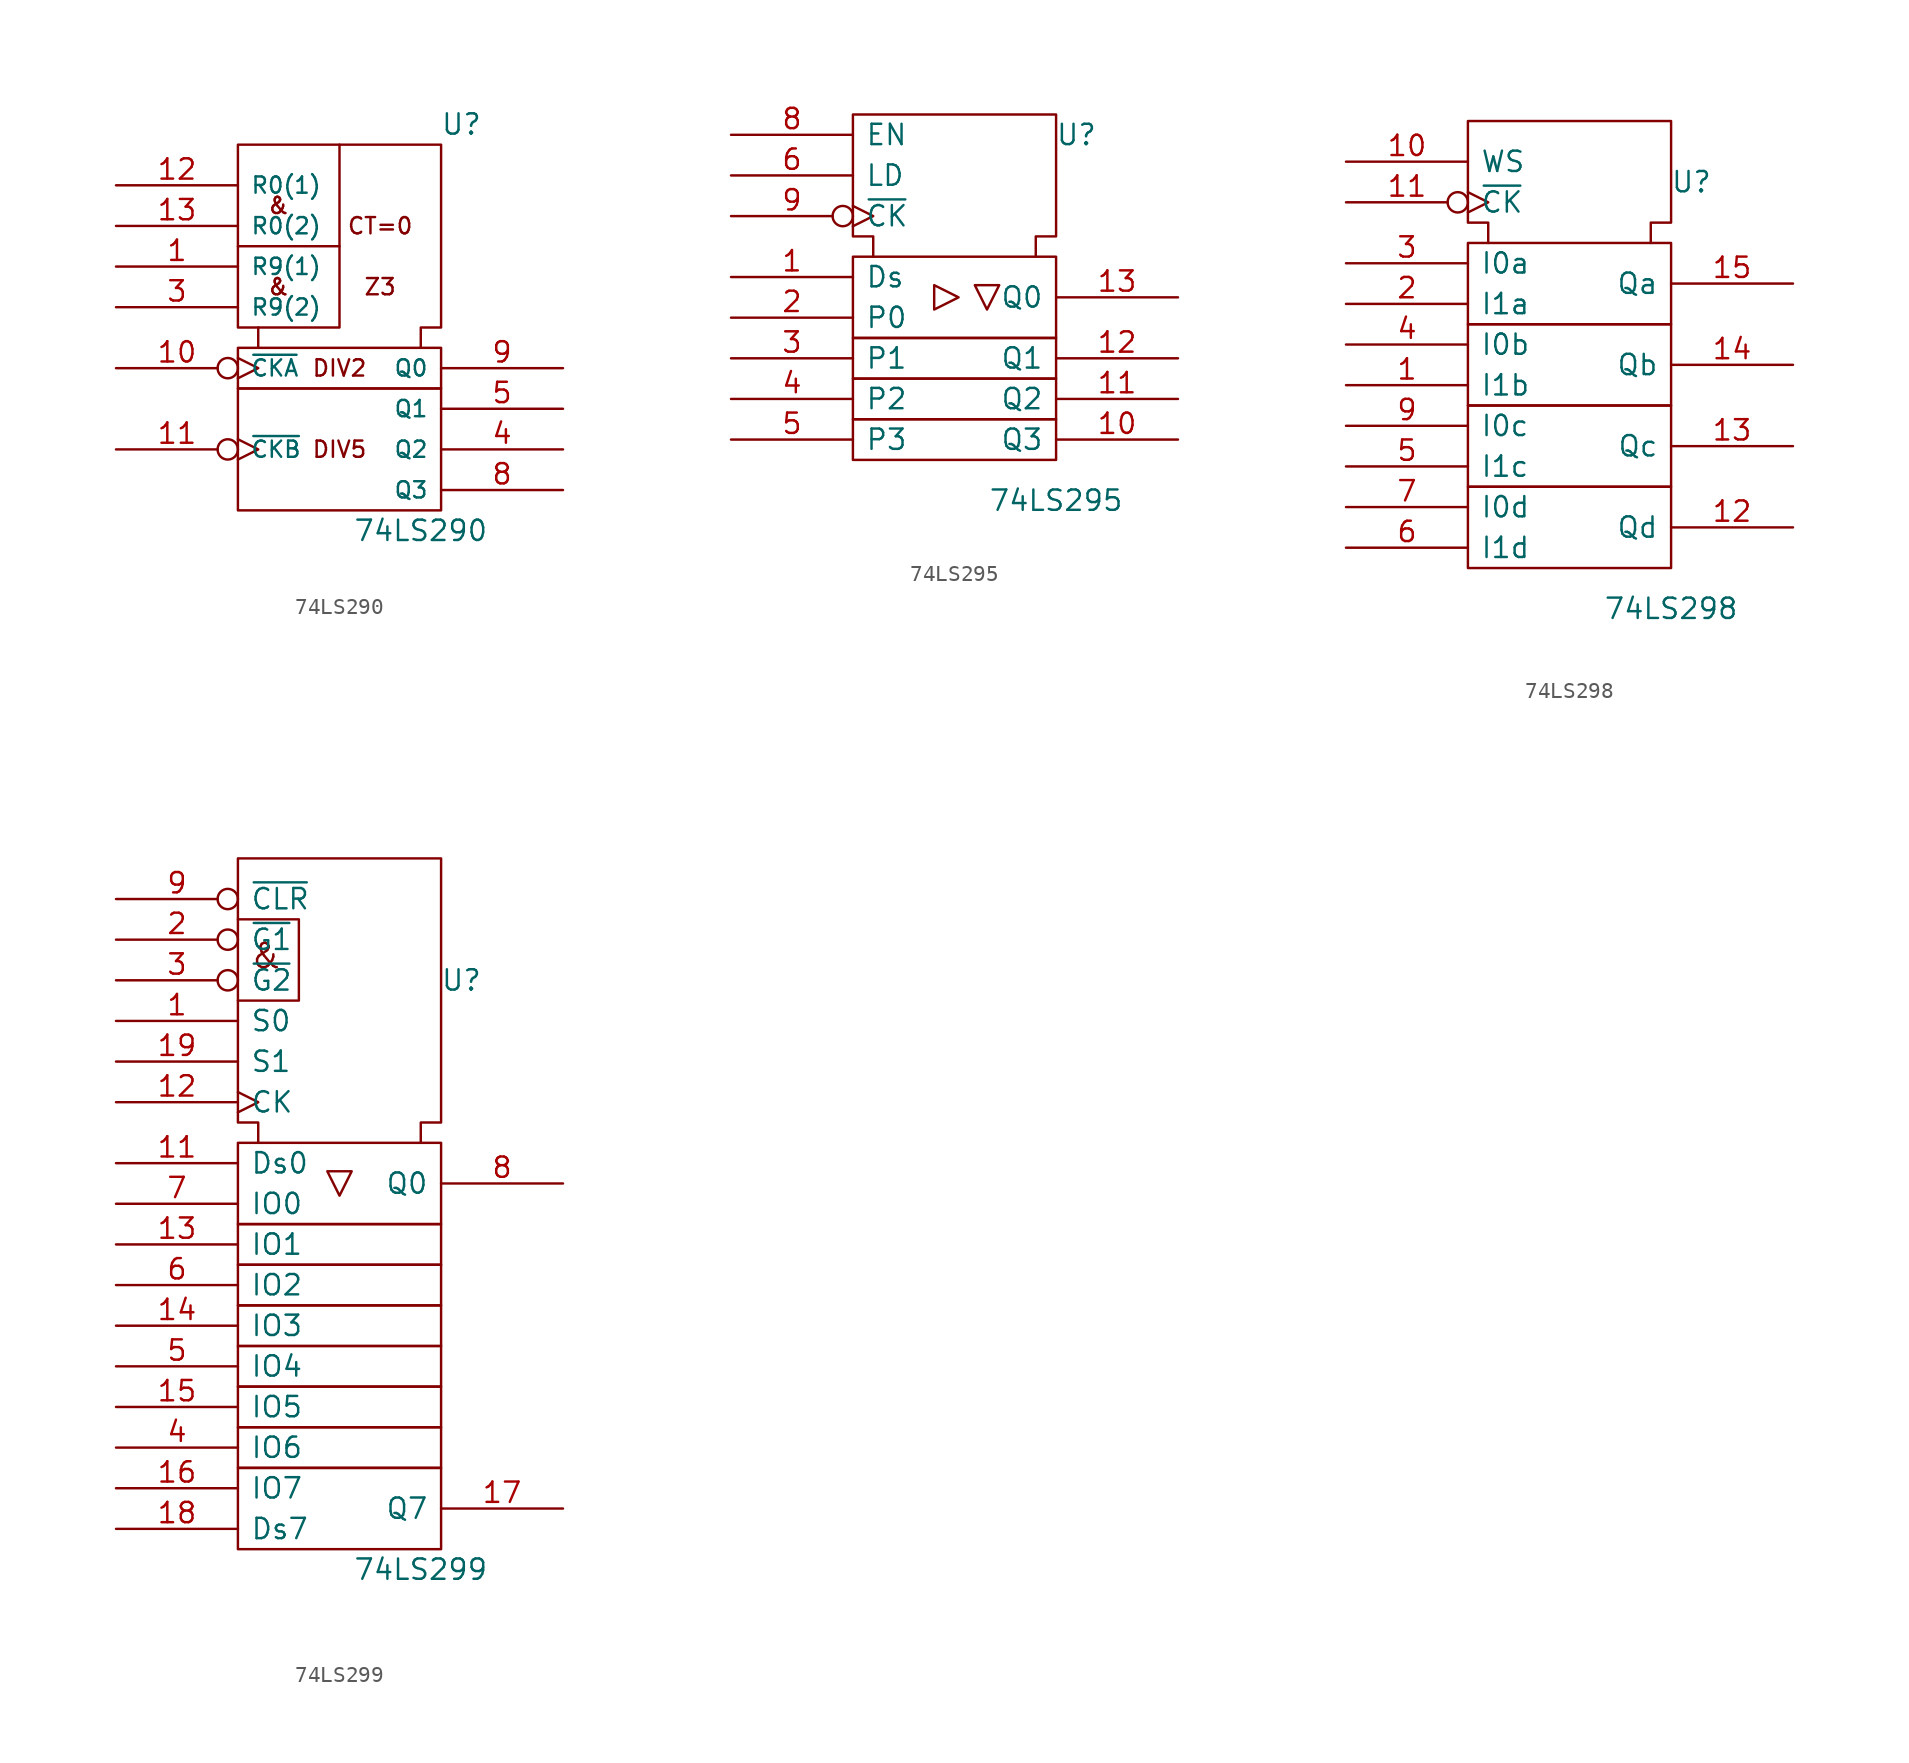
<source format=kicad_sym>
(kicad_symbol_lib
  (version 20201005)
  (generator kicad_symbol_editor)
  (symbol "74LS290"
    (pin_names
      (offset 0.762))
    (property "Reference" "U"
      (at 7.62 12.7 0)
      (effects (font (size 1.27 1.27))))
    (property "Value" "74LS290"
      (at 5.08 -12.7 0)
      (effects (font (size 1.27 1.27))))
    (symbol "74LS290_0_0"
      (text "&" (at -3.81 2.54 0) (effects (font (size 1.016 1.016))))
      (text "&" (at -3.81 7.62 0) (effects (font (size 1.016 1.016))))
      (text "CT=0" (at 2.54 6.35 0) (effects (font (size 1.016 1.016))))
      (text "DIV2" (at 0 -2.54 0) (effects (font (size 1.016 1.016))))
      (text "DIV5" (at 0 -7.62 0) (effects (font (size 1.016 1.016))))
      (text "Z3" (at 2.54 2.54 0) (effects (font (size 1.016 1.016))))
      (rectangle (start -6.35 -3.81) (end 6.35 -11.43) (stroke (width 0)) (fill (type none)))
      (rectangle (start -6.35 -1.27) (end 6.35 -3.81) (stroke (width 0)) (fill (type none)))
      (polyline (pts (xy 0 5.08) (xy -6.35 5.08) (xy -6.35 5.08)) (stroke (width 0)) (fill (type none)))
      (polyline (pts (xy 0 11.43) (xy 0 0) (xy -5.08 0) (xy -5.08 0)) (stroke (width 0)) (fill (type none)))
      (polyline (pts (xy -5.08 -1.27) (xy -5.08 0) (xy -6.35 0) (xy -6.35 11.43) (xy 6.35 11.43) (xy 6.35 0) (xy 5.08 0) (xy 5.08 -1.27) (xy 5.08 -1.27)) (stroke (width 0)) (fill (type none)))
      (pin power_in line (at 5.08 11.43 270) (length 0) hide (name "VCC" (effects (font (size 1.016 1.016)))) (number "16" (effects (font (size 1.27 1.27)))))
      (pin input line (at 1.27 11.43 270) (length 0) hide (name "GND" (effects (font (size 1.016 1.016)))) (number "8" (effects (font (size 1.27 1.27))))))
    (symbol "74LS290_1_1"
      (pin input line (at -13.97 3.81 0) (length 7.62) (name "R9(1)" (effects (font (size 1.016 1.016)))) (number "1" (effects (font (size 1.27 1.27)))))
      (pin input inverted_clock (at -13.97 -2.54 0) (length 7.62) (name "~CKA" (effects (font (size 1.016 1.016)))) (number "10" (effects (font (size 1.27 1.27)))))
      (pin input inverted_clock (at -13.97 -7.62 0) (length 7.62) (name "~CKB" (effects (font (size 1.016 1.016)))) (number "11" (effects (font (size 1.27 1.27)))))
      (pin input line (at -13.97 8.89 0) (length 7.62) (name "R0(1)" (effects (font (size 1.016 1.016)))) (number "12" (effects (font (size 1.27 1.27)))))
      (pin input line (at -13.97 6.35 0) (length 7.62) (name "R0(2)" (effects (font (size 1.016 1.016)))) (number "13" (effects (font (size 1.27 1.27)))))
      (pin input line (at -13.97 1.27 0) (length 7.62) (name "R9(2)" (effects (font (size 1.016 1.016)))) (number "3" (effects (font (size 1.27 1.27)))))
      (pin output line (at 13.97 -7.62 180) (length 7.62) (name "Q2" (effects (font (size 1.016 1.016)))) (number "4" (effects (font (size 1.27 1.27)))))
      (pin output line (at 13.97 -5.08 180) (length 7.62) (name "Q1" (effects (font (size 1.016 1.016)))) (number "5" (effects (font (size 1.27 1.27)))))
      (pin output line (at 13.97 -10.16 180) (length 7.62) (name "Q3" (effects (font (size 1.016 1.016)))) (number "8" (effects (font (size 1.27 1.27)))))
      (pin output line (at 13.97 -2.54 180) (length 7.62) (name "Q0" (effects (font (size 1.016 1.016)))) (number "9" (effects (font (size 1.27 1.27)))))))
  (symbol "74LS295"
    (pin_names
      (offset 0.762))
    (property "Reference" "U"
      (at 7.62 8.89 0)
      (effects (font (size 1.27 1.27))))
    (property "Value" "74LS295"
      (at 6.35 -13.97 0)
      (effects (font (size 1.27 1.27))))
    (symbol "74LS295_0_0"
      (pin power_in line (at 3.81 10.16 270) (length 0) hide (name "VCC" (effects (font (size 1.27 1.27)))) (number "14" (effects (font (size 1.27 1.27)))))
      (pin power_in line (at 0 10.16 270) (length 0) hide (name "GND" (effects (font (size 1.27 1.27)))) (number "7" (effects (font (size 1.27 1.27))))))
    (symbol "74LS295_0_1"
      (rectangle (start -6.35 -8.89) (end 6.35 -11.43) (stroke (width 0)) (fill (type none)))
      (rectangle (start -6.35 -6.35) (end 6.35 -8.89) (stroke (width 0)) (fill (type none)))
      (rectangle (start -6.35 -3.81) (end 6.35 -6.35) (stroke (width 0)) (fill (type none)))
      (rectangle (start -6.35 1.27) (end 6.35 -3.81) (stroke (width 0)) (fill (type none)))
      (polyline (pts (xy -1.27 -0.508) (xy -1.27 -2.032) (xy 0.254 -1.27) (xy -1.27 -0.508) (xy -1.27 -0.508)) (stroke (width 0)) (fill (type none)))
      (polyline (pts (xy 2.794 -0.508) (xy 1.27 -0.508) (xy 2.032 -2.032) (xy 2.794 -0.508) (xy 2.794 -0.508)) (stroke (width 0)) (fill (type none)))
      (polyline (pts (xy -5.08 1.27) (xy -5.08 2.54) (xy -6.35 2.54) (xy -6.35 10.16) (xy 6.35 10.16) (xy 6.35 2.54) (xy 5.08 2.54) (xy 5.08 1.27) (xy 5.08 1.27)) (stroke (width 0)) (fill (type none))))
    (symbol "74LS295_1_1"
      (pin input line (at -13.97 0 0) (length 7.62) (name "Ds" (effects (font (size 1.27 1.27)))) (number "1" (effects (font (size 1.27 1.27)))))
      (pin output line (at 13.97 -10.16 180) (length 7.62) (name "Q3" (effects (font (size 1.27 1.27)))) (number "10" (effects (font (size 1.27 1.27)))))
      (pin output line (at 13.97 -7.62 180) (length 7.62) (name "Q2" (effects (font (size 1.27 1.27)))) (number "11" (effects (font (size 1.27 1.27)))))
      (pin output line (at 13.97 -5.08 180) (length 7.62) (name "Q1" (effects (font (size 1.27 1.27)))) (number "12" (effects (font (size 1.27 1.27)))))
      (pin output line (at 13.97 -1.27 180) (length 7.62) (name "Q0" (effects (font (size 1.27 1.27)))) (number "13" (effects (font (size 1.27 1.27)))))
      (pin input line (at -13.97 -2.54 0) (length 7.62) (name "P0" (effects (font (size 1.27 1.27)))) (number "2" (effects (font (size 1.27 1.27)))))
      (pin input line (at -13.97 -5.08 0) (length 7.62) (name "P1" (effects (font (size 1.27 1.27)))) (number "3" (effects (font (size 1.27 1.27)))))
      (pin input line (at -13.97 -7.62 0) (length 7.62) (name "P2" (effects (font (size 1.27 1.27)))) (number "4" (effects (font (size 1.27 1.27)))))
      (pin input line (at -13.97 -10.16 0) (length 7.62) (name "P3" (effects (font (size 1.27 1.27)))) (number "5" (effects (font (size 1.27 1.27)))))
      (pin input line (at -13.97 6.35 0) (length 7.62) (name "LD" (effects (font (size 1.27 1.27)))) (number "6" (effects (font (size 1.27 1.27)))))
      (pin input line (at -13.97 8.89 0) (length 7.62) (name "EN" (effects (font (size 1.27 1.27)))) (number "8" (effects (font (size 1.27 1.27)))))
      (pin input inverted_clock (at -13.97 3.81 0) (length 7.62) (name "~CK" (effects (font (size 1.27 1.27)))) (number "9" (effects (font (size 1.27 1.27)))))))
  (symbol "74LS298"
    (pin_names
      (offset 0.762))
    (property "Reference" "U"
      (at 7.62 10.16 0)
      (effects (font (size 1.27 1.27))))
    (property "Value" "74LS298"
      (at 6.35 -16.51 0)
      (effects (font (size 1.27 1.27))))
    (symbol "74LS298_0_0"
      (rectangle (start -6.35 -8.89) (end 6.35 -13.97) (stroke (width 0)) (fill (type none)))
      (rectangle (start -6.35 -3.81) (end 6.35 -8.89) (stroke (width 0)) (fill (type none)))
      (rectangle (start -6.35 1.27) (end 6.35 -3.81) (stroke (width 0)) (fill (type none)))
      (rectangle (start -6.35 6.35) (end 6.35 1.27) (stroke (width 0)) (fill (type none)))
      (polyline (pts (xy -5.08 6.35) (xy -5.08 7.62) (xy -6.35 7.62) (xy -6.35 13.97) (xy 6.35 13.97) (xy 6.35 7.62) (xy 5.08 7.62) (xy 5.08 6.35) (xy 5.08 6.35)) (stroke (width 0)) (fill (type none)))
      (pin power_in line (at 3.81 13.97 270) (length 0) hide (name "VCC" (effects (font (size 1.27 1.27)))) (number "16" (effects (font (size 1.27 1.27)))))
      (pin power_in line (at 0 13.97 270) (length 0) hide (name "GND" (effects (font (size 1.27 1.27)))) (number "8" (effects (font (size 1.27 1.27))))))
    (symbol "74LS298_1_1"
      (pin input line (at -13.97 -2.54 0) (length 7.62) (name "I1b" (effects (font (size 1.27 1.27)))) (number "1" (effects (font (size 1.27 1.27)))))
      (pin input line (at -13.97 11.43 0) (length 7.62) (name "WS" (effects (font (size 1.27 1.27)))) (number "10" (effects (font (size 1.27 1.27)))))
      (pin input inverted_clock (at -13.97 8.89 0) (length 7.62) (name "~CK" (effects (font (size 1.27 1.27)))) (number "11" (effects (font (size 1.27 1.27)))))
      (pin tri_state line (at 13.97 -11.43 180) (length 7.62) (name "Qd" (effects (font (size 1.27 1.27)))) (number "12" (effects (font (size 1.27 1.27)))))
      (pin tri_state line (at 13.97 -6.35 180) (length 7.62) (name "Qc" (effects (font (size 1.27 1.27)))) (number "13" (effects (font (size 1.27 1.27)))))
      (pin tri_state line (at 13.97 -1.27 180) (length 7.62) (name "Qb" (effects (font (size 1.27 1.27)))) (number "14" (effects (font (size 1.27 1.27)))))
      (pin tri_state line (at 13.97 3.81 180) (length 7.62) (name "Qa" (effects (font (size 1.27 1.27)))) (number "15" (effects (font (size 1.27 1.27)))))
      (pin input line (at -13.97 2.54 0) (length 7.62) (name "I1a" (effects (font (size 1.27 1.27)))) (number "2" (effects (font (size 1.27 1.27)))))
      (pin input line (at -13.97 5.08 0) (length 7.62) (name "I0a" (effects (font (size 1.27 1.27)))) (number "3" (effects (font (size 1.27 1.27)))))
      (pin input line (at -13.97 0 0) (length 7.62) (name "I0b" (effects (font (size 1.27 1.27)))) (number "4" (effects (font (size 1.27 1.27)))))
      (pin input line (at -13.97 -7.62 0) (length 7.62) (name "I1c" (effects (font (size 1.27 1.27)))) (number "5" (effects (font (size 1.27 1.27)))))
      (pin input line (at -13.97 -12.7 0) (length 7.62) (name "I1d" (effects (font (size 1.27 1.27)))) (number "6" (effects (font (size 1.27 1.27)))))
      (pin input line (at -13.97 -10.16 0) (length 7.62) (name "I0d" (effects (font (size 1.27 1.27)))) (number "7" (effects (font (size 1.27 1.27)))))
      (pin input line (at -13.97 -5.08 0) (length 7.62) (name "I0c" (effects (font (size 1.27 1.27)))) (number "9" (effects (font (size 1.27 1.27)))))))
  (symbol "74LS299"
    (pin_names
      (offset 0.762))
    (property "Reference" "U"
      (at 7.62 6.35 0)
      (effects (font (size 1.27 1.27))))
    (property "Value" "74LS299"
      (at 5.08 -30.48 0)
      (effects (font (size 1.27 1.27))))
    (symbol "74LS299_0_0"
      (text "&" (at -4.572 7.874 0) (effects (font (size 1.524 1.524))))
      (polyline (pts (xy 0.762 -5.588) (xy -0.762 -5.588) (xy 0 -7.112) (xy 0.762 -5.588) (xy 0.762 -5.588)) (stroke (width 0)) (fill (type none)))
      (pin power_in line (at 0 13.97 270) (length 0) hide (name "GND" (effects (font (size 1.27 1.27)))) (number "10" (effects (font (size 1.27 1.27)))))
      (pin power_in line (at 3.81 13.97 270) (length 0) hide (name "VCC" (effects (font (size 1.27 1.27)))) (number "20" (effects (font (size 1.27 1.27))))))
    (symbol "74LS299_0_1"
      (rectangle (start -6.35 -24.13) (end 6.35 -29.21) (stroke (width 0)) (fill (type none)))
      (rectangle (start -6.35 -21.59) (end 6.35 -24.13) (stroke (width 0)) (fill (type none)))
      (rectangle (start -6.35 -19.05) (end 6.35 -21.59) (stroke (width 0)) (fill (type none)))
      (rectangle (start -6.35 -16.51) (end 6.35 -19.05) (stroke (width 0)) (fill (type none)))
      (rectangle (start -6.35 -13.97) (end 6.35 -16.51) (stroke (width 0)) (fill (type none)))
      (rectangle (start -6.35 -11.43) (end 6.35 -13.97) (stroke (width 0)) (fill (type none)))
      (rectangle (start -6.35 -8.89) (end 6.35 -11.43) (stroke (width 0)) (fill (type none)))
      (rectangle (start -6.35 -3.81) (end 6.35 -8.89) (stroke (width 0)) (fill (type none)))
      (polyline (pts (xy -6.35 10.16) (xy -2.54 10.16) (xy -2.54 5.08) (xy -6.35 5.08) (xy -6.35 5.08)) (stroke (width 0)) (fill (type none)))
      (polyline (pts (xy -5.08 -3.81) (xy -5.08 -2.54) (xy -6.35 -2.54) (xy -6.35 13.97) (xy 6.35 13.97) (xy 6.35 -2.54) (xy 5.08 -2.54) (xy 5.08 -3.81) (xy 5.08 -3.81)) (stroke (width 0)) (fill (type none))))
    (symbol "74LS299_1_1"
      (pin input line (at -13.97 3.81 0) (length 7.62) (name "S0" (effects (font (size 1.27 1.27)))) (number "1" (effects (font (size 1.27 1.27)))))
      (pin input line (at -13.97 -5.08 0) (length 7.62) (name "Ds0" (effects (font (size 1.27 1.27)))) (number "11" (effects (font (size 1.27 1.27)))))
      (pin input clock (at -13.97 -1.27 0) (length 7.62) (name "CK" (effects (font (size 1.27 1.27)))) (number "12" (effects (font (size 1.27 1.27)))))
      (pin tri_state line (at -13.97 -10.16 0) (length 7.62) (name "IO1" (effects (font (size 1.27 1.27)))) (number "13" (effects (font (size 1.27 1.27)))))
      (pin tri_state line (at -13.97 -15.24 0) (length 7.62) (name "IO3" (effects (font (size 1.27 1.27)))) (number "14" (effects (font (size 1.27 1.27)))))
      (pin tri_state line (at -13.97 -20.32 0) (length 7.62) (name "IO5" (effects (font (size 1.27 1.27)))) (number "15" (effects (font (size 1.27 1.27)))))
      (pin tri_state line (at -13.97 -25.4 0) (length 7.62) (name "IO7" (effects (font (size 1.27 1.27)))) (number "16" (effects (font (size 1.27 1.27)))))
      (pin output line (at 13.97 -26.67 180) (length 7.62) (name "Q7" (effects (font (size 1.27 1.27)))) (number "17" (effects (font (size 1.27 1.27)))))
      (pin input line (at -13.97 -27.94 0) (length 7.62) (name "Ds7" (effects (font (size 1.27 1.27)))) (number "18" (effects (font (size 1.27 1.27)))))
      (pin input line (at -13.97 1.27 0) (length 7.62) (name "S1" (effects (font (size 1.27 1.27)))) (number "19" (effects (font (size 1.27 1.27)))))
      (pin input inverted (at -13.97 8.89 0) (length 7.62) (name "~G1" (effects (font (size 1.27 1.27)))) (number "2" (effects (font (size 1.27 1.27)))))
      (pin input inverted (at -13.97 6.35 0) (length 7.62) (name "~G2" (effects (font (size 1.27 1.27)))) (number "3" (effects (font (size 1.27 1.27)))))
      (pin tri_state line (at -13.97 -22.86 0) (length 7.62) (name "IO6" (effects (font (size 1.27 1.27)))) (number "4" (effects (font (size 1.27 1.27)))))
      (pin tri_state line (at -13.97 -17.78 0) (length 7.62) (name "IO4" (effects (font (size 1.27 1.27)))) (number "5" (effects (font (size 1.27 1.27)))))
      (pin tri_state line (at -13.97 -12.7 0) (length 7.62) (name "IO2" (effects (font (size 1.27 1.27)))) (number "6" (effects (font (size 1.27 1.27)))))
      (pin tri_state line (at -13.97 -7.62 0) (length 7.62) (name "IO0" (effects (font (size 1.27 1.27)))) (number "7" (effects (font (size 1.27 1.27)))))
      (pin output line (at 13.97 -6.35 180) (length 7.62) (name "Q0" (effects (font (size 1.27 1.27)))) (number "8" (effects (font (size 1.27 1.27)))))
      (pin input inverted (at -13.97 11.43 0) (length 7.62) (name "~CLR" (effects (font (size 1.27 1.27)))) (number "9" (effects (font (size 1.27 1.27))))))))
</source>
